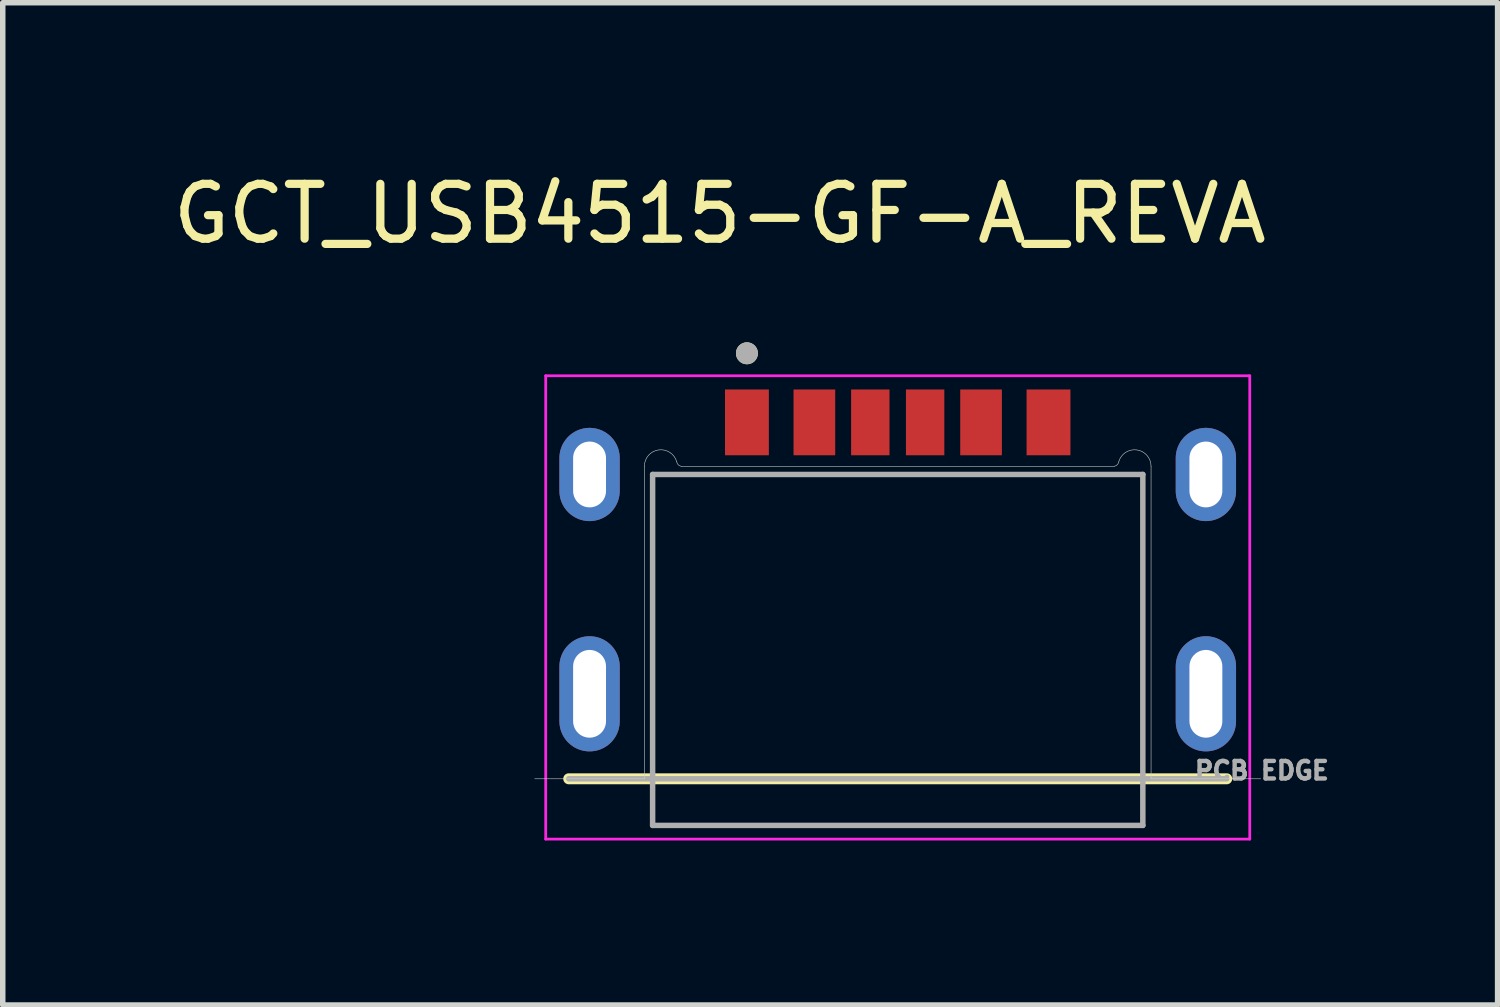
<source format=kicad_pcb>
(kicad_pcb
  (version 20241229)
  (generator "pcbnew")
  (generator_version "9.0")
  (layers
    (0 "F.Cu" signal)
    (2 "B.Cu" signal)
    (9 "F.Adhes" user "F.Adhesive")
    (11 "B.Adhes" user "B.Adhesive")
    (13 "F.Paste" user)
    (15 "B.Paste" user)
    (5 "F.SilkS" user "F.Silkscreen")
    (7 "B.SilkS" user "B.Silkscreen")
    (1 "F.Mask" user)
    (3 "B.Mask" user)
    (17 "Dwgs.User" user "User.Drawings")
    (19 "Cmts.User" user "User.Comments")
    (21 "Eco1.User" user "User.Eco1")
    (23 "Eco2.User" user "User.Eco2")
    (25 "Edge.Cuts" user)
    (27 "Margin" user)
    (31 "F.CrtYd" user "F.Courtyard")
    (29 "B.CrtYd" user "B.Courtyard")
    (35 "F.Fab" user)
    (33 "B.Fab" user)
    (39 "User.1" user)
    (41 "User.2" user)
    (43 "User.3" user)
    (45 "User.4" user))
  (footprint "GCT_USB4515-GF-A_REVA"
    (layer "F.Cu")
    (at 13.322 9.603)
    (property "Reference" "GCT_USB4515-GF-A_REVA" (at -3.245 -8.755 0) (layer "F.SilkS") (effects (font (size 1 1) (thickness 0.15))))
    (attr smd)
    (fp_line (start 6 1.55) (end -6 1.55) (stroke (width 0.2) (type solid)) (layer "F.SilkS"))
    (fp_circle (center -2.75 -6.21) (end -2.65 -6.21) (stroke (width 0.2) (type solid)) (fill no) (layer "F.SilkS"))
    (fp_line (start -6.62 1.55) (end -4.62 1.55) (stroke (width 0.01) (type solid)) (layer "Edge.Cuts"))
    (fp_line (start -4.62 1.55) (end -4.62 -4.15) (stroke (width 0.01) (type solid)) (layer "Edge.Cuts"))
    (fp_line (start -3.95 -4.15) (end 3.95 -4.15) (stroke (width 0.01) (type solid)) (layer "Edge.Cuts"))
    (fp_line (start 4.62 -4.15) (end 4.62 1.55) (stroke (width 0.01) (type solid)) (layer "Edge.Cuts"))
    (fp_line (start 4.62 1.55) (end 6.62 1.55) (stroke (width 0.01) (type solid)) (layer "Edge.Cuts"))
    (fp_arc (start -4.62 -4.15) (mid -4.359942 -4.447699) (end -4.03 -4.23) (stroke (width 0.01) (type solid)) (layer "Edge.Cuts"))
    (fp_arc (start -3.95 -4.15) (mid -4.003271 -4.176729) (end -4.03 -4.23) (stroke (width 0.01) (type solid)) (layer "Edge.Cuts"))
    (fp_arc (start 4.03 -4.23) (mid 4.003271 -4.176729) (end 3.95 -4.15) (stroke (width 0.01) (type solid)) (layer "Edge.Cuts"))
    (fp_arc (start 4.03 -4.23) (mid 4.359942 -4.447699) (end 4.62 -4.15) (stroke (width 0.01) (type solid)) (layer "Edge.Cuts"))
    (fp_line (start -6.42 -5.8) (end -6.42 2.65) (stroke (width 0.05) (type solid)) (layer "F.CrtYd"))
    (fp_line (start -6.42 2.65) (end 6.42 2.65) (stroke (width 0.05) (type solid)) (layer "F.CrtYd"))
    (fp_line (start 6.42 -5.8) (end -6.42 -5.8) (stroke (width 0.05) (type solid)) (layer "F.CrtYd"))
    (fp_line (start 6.42 2.65) (end 6.42 -5.8) (stroke (width 0.05) (type solid)) (layer "F.CrtYd"))
    (fp_line (start -4.47 -4) (end 4.47 -4) (stroke (width 0.1) (type solid)) (layer "F.Fab"))
    (fp_line (start -4.47 2.4) (end -4.47 -4) (stroke (width 0.1) (type solid)) (layer "F.Fab"))
    (fp_line (start 4.47 -4) (end 4.47 2.4) (stroke (width 0.1) (type solid)) (layer "F.Fab"))
    (fp_line (start 4.47 2.4) (end -4.47 2.4) (stroke (width 0.1) (type solid)) (layer "F.Fab"))
    (fp_line (start 6 1.55) (end -6 1.55) (stroke (width 0.1) (type solid)) (layer "F.Fab"))
    (fp_circle (center -2.75 -6.21) (end -2.65 -6.21) (stroke (width 0.2) (type solid)) (fill no) (layer "F.Fab"))
    (fp_text user "PCB EDGE" (at 6.64 1.4 0) (layer "F.Fab") (effects (font (size 0.32 0.32) (thickness 0.15))))
    (pad "A5" smd rect (at -0.5 -4.95) (size 0.7 1.2) (layers "F.Cu" "F.Mask" "F.Paste"))
    (pad "A9" smd rect (at 1.52 -4.95) (size 0.76 1.2) (layers "F.Cu" "F.Mask" "F.Paste"))
    (pad "A12" smd rect (at 2.75 -4.95) (size 0.8 1.2) (layers "F.Cu" "F.Mask" "F.Paste"))
    (pad "B5" smd rect (at 0.5 -4.95) (size 0.7 1.2) (layers "F.Cu" "F.Mask" "F.Paste"))
    (pad "B9" smd rect (at -1.52 -4.95) (size 0.76 1.2) (layers "F.Cu" "F.Mask" "F.Paste"))
    (pad "B12" smd rect (at -2.75 -4.95) (size 0.8 1.2) (layers "F.Cu" "F.Mask" "F.Paste"))
    (pad "S1" thru_hole oval (at -5.62 0) (size 1.1 2.1) (drill oval 0.6 1.6) (layers "*.Cu" "*.Mask"))
    (pad "S2" thru_hole oval (at 5.62 0) (size 1.1 2.1) (drill oval 0.6 1.6) (layers "*.Cu" "*.Mask"))
    (pad "S3" thru_hole oval (at -5.62 -4) (size 1.1 1.7) (drill oval 0.6 1.2) (layers "*.Cu" "*.Mask"))
    (pad "S4" thru_hole oval (at 5.62 -4) (size 1.1 1.7) (drill oval 0.6 1.2) (layers "*.Cu" "*.Mask")))
  (gr_rect
    (start -3 -3)
    (end 24.262 15.278)
    (stroke (width 0.1) (type default))
    (fill no)
    (layer "Edge.Cuts")))
</source>
